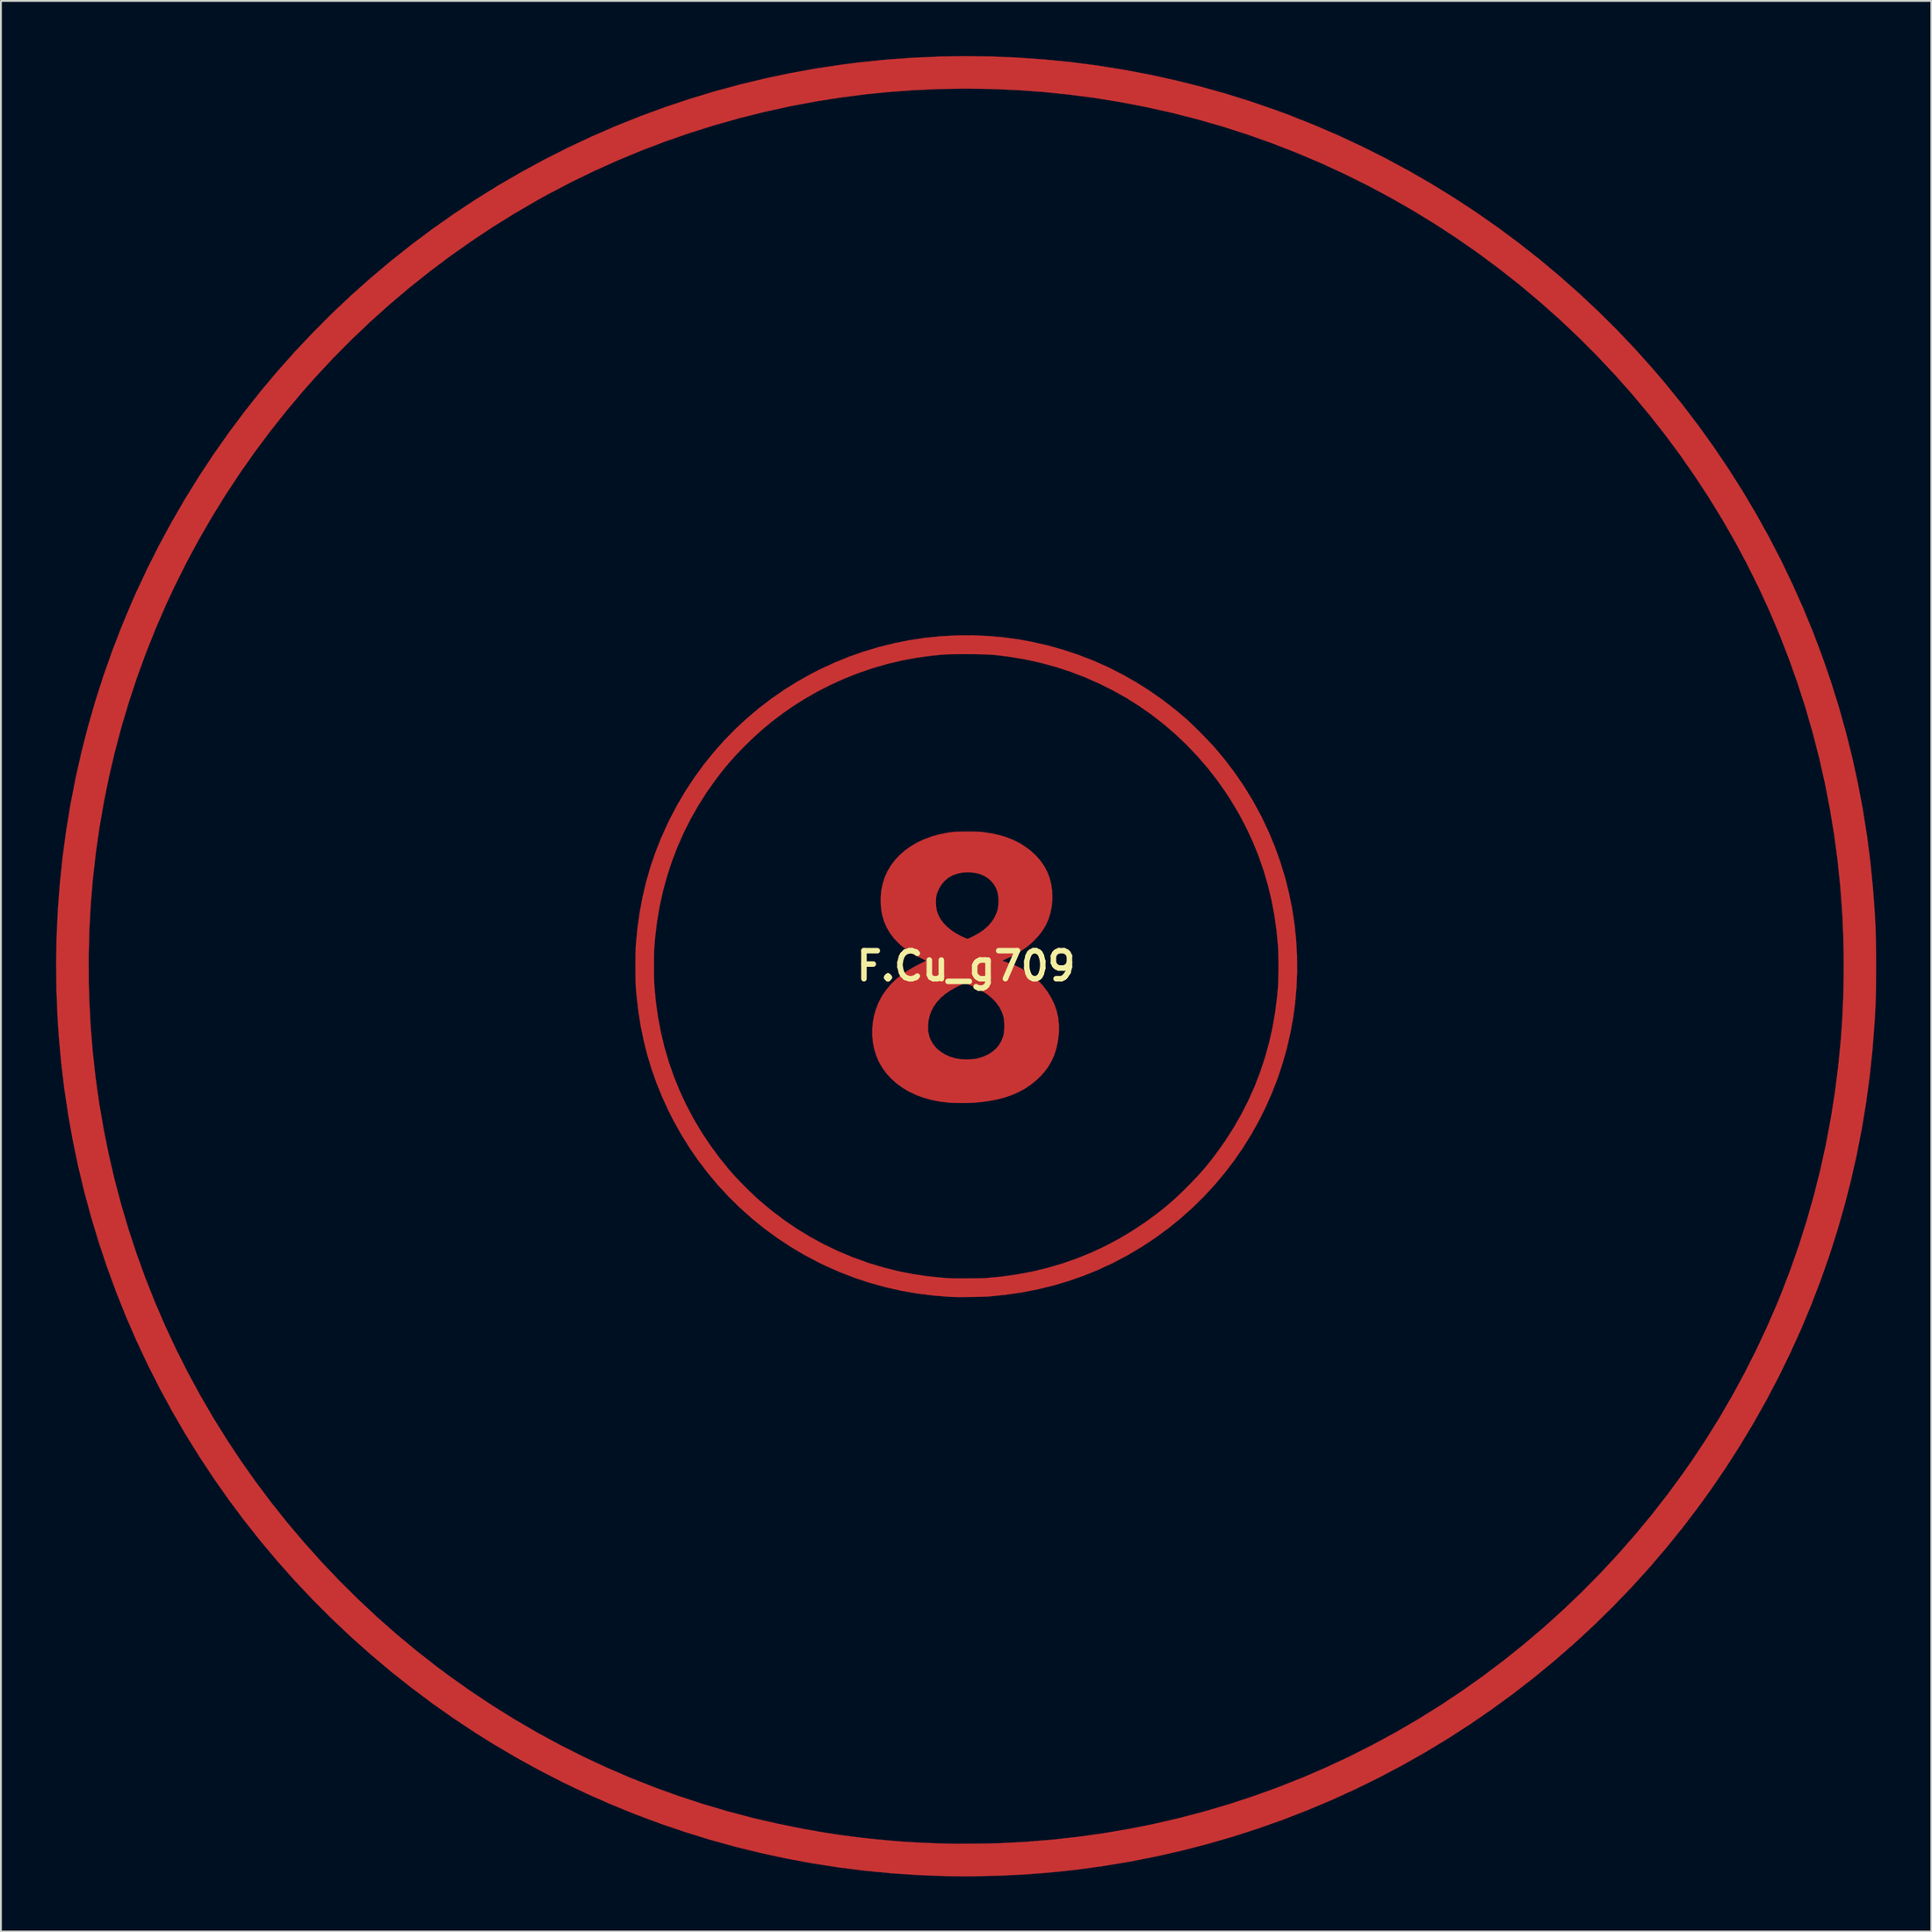
<source format=kicad_pcb>
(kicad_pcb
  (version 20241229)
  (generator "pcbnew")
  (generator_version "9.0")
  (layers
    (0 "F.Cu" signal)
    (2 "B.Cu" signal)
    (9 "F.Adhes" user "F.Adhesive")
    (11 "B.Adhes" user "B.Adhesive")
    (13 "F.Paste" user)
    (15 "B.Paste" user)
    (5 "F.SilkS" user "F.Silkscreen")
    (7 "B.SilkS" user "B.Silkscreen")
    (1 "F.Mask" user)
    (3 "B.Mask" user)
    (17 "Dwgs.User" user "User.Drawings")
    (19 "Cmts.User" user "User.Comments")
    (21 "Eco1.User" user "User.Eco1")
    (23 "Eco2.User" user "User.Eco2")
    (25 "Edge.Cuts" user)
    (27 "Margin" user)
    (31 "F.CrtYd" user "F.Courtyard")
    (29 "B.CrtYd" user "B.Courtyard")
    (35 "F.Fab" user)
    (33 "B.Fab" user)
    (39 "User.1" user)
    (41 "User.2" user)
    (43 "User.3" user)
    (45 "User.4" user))
  (footprint "F.Cu_g709"
    (layer "F.Cu")
    (at 49.491 49.492)
    (property "Reference" "F.Cu_g709" (at 0 0 0) (layer "F.SilkS") (effects (font (size 1.524 1.524) (thickness 0.3))))
    (attr through_hole)
    (fp_poly (pts (xy 0.224 -7.312) (xy 0.414 -7.31) (xy 0.591 -7.305) (xy 0.747 -7.298) (xy 0.872 -7.29) (xy 0.921 -7.285) (xy 1.379 -7.215) (xy 1.803 -7.122) (xy 2.198 -7.004) (xy 2.565 -6.859) (xy 2.907 -6.688) (xy 3.227 -6.488) (xy 3.524 -6.262) (xy 3.806 -6.002) (xy 4.049 -5.726) (xy 4.253 -5.433) (xy 4.418 -5.122) (xy 4.545 -4.795) (xy 4.633 -4.449) (xy 4.683 -4.086) (xy 4.695 -3.704) (xy 4.693 -3.63) (xy 4.661 -3.25) (xy 4.591 -2.89) (xy 4.485 -2.55) (xy 4.34 -2.228) (xy 4.157 -1.923) (xy 3.935 -1.634) (xy 3.678 -1.363) (xy 3.548 -1.242) (xy 3.429 -1.139) (xy 3.31 -1.044) (xy 3.178 -0.949) (xy 3.022 -0.844) (xy 3.014 -0.839) (xy 2.872 -0.752) (xy 2.706 -0.656) (xy 2.527 -0.559) (xy 2.35 -0.469) (xy 2.189 -0.393) (xy 2.132 -0.369) (xy 2.064 -0.337) (xy 2.015 -0.309) (xy 1.996 -0.291) (xy 1.996 -0.289) (xy 2.017 -0.275) (xy 2.07 -0.252) (xy 2.147 -0.224) (xy 2.213 -0.201) (xy 2.619 -0.052) (xy 2.99 0.12) (xy 3.329 0.316) (xy 3.639 0.538) (xy 3.921 0.788) (xy 4.18 1.068) (xy 4.416 1.379) (xy 4.448 1.426) (xy 4.651 1.762) (xy 4.812 2.106) (xy 4.933 2.457) (xy 5.012 2.819) (xy 5.051 3.192) (xy 5.05 3.579) (xy 5.039 3.736) (xy 4.987 4.136) (xy 4.905 4.507) (xy 4.792 4.852) (xy 4.647 5.175) (xy 4.469 5.478) (xy 4.256 5.763) (xy 4.084 5.956) (xy 3.801 6.227) (xy 3.499 6.469) (xy 3.175 6.683) (xy 2.828 6.869) (xy 2.454 7.028) (xy 2.054 7.161) (xy 1.624 7.269) (xy 1.163 7.353) (xy 0.669 7.412) (xy 0.466 7.429) (xy 0.33 7.437) (xy 0.165 7.443) (xy -0.02 7.446) (xy -0.214 7.447) (xy -0.409 7.446) (xy -0.595 7.443) (xy -0.762 7.438) (xy -0.901 7.431) (xy -0.953 7.427) (xy -1.43 7.368) (xy -1.886 7.278) (xy -2.318 7.157) (xy -2.724 7.006) (xy -3.105 6.825) (xy -3.458 6.616) (xy -3.782 6.38) (xy -4.075 6.115) (xy -4.338 5.825) (xy -4.56 5.519) (xy -4.737 5.209) (xy -4.878 4.88) (xy -4.985 4.535) (xy -5.057 4.178) (xy -5.095 3.813) (xy -5.098 3.444) (xy -5.083 3.273) (xy -2.069 3.273) (xy -2.057 3.544) (xy -2.006 3.798) (xy -1.917 4.034) (xy -1.79 4.252) (xy -1.624 4.452) (xy -1.585 4.491) (xy -1.375 4.666) (xy -1.138 4.813) (xy -0.877 4.931) (xy -0.6 5.016) (xy -0.31 5.067) (xy -0.206 5.076) (xy 0.004 5.083) (xy 0.219 5.077) (xy 0.424 5.059) (xy 0.607 5.03) (xy 0.67 5.016) (xy 0.955 4.926) (xy 1.211 4.808) (xy 1.438 4.663) (xy 1.634 4.49) (xy 1.797 4.293) (xy 1.927 4.072) (xy 2.021 3.828) (xy 2.035 3.778) (xy 2.061 3.648) (xy 2.077 3.49) (xy 2.085 3.315) (xy 2.083 3.136) (xy 2.072 2.966) (xy 2.052 2.817) (xy 2.036 2.741) (xy 1.942 2.473) (xy 1.809 2.22) (xy 1.636 1.981) (xy 1.425 1.758) (xy 1.176 1.551) (xy 0.889 1.36) (xy 0.565 1.185) (xy 0.204 1.027) (xy 0.202 1.027) (xy -0.051 0.927) (xy -0.168 0.975) (xy -0.239 1.005) (xy -0.332 1.048) (xy -0.434 1.097) (xy -0.492 1.125) (xy -0.823 1.308) (xy -1.115 1.505) (xy -1.368 1.719) (xy -1.581 1.948) (xy -1.756 2.194) (xy -1.893 2.456) (xy -1.99 2.735) (xy -2.043 2.985) (xy -2.069 3.273) (xy -5.083 3.273) (xy -5.067 3.075) (xy -5.001 2.71) (xy -4.9 2.353) (xy -4.765 2.008) (xy -4.596 1.68) (xy -4.503 1.529) (xy -4.293 1.237) (xy -4.058 0.966) (xy -3.794 0.713) (xy -3.5 0.475) (xy -3.172 0.251) (xy -2.807 0.037) (xy -2.545 -0.098) (xy -2.432 -0.155) (xy -2.333 -0.207) (xy -2.254 -0.249) (xy -2.201 -0.28) (xy -2.18 -0.295) (xy -2.18 -0.296) (xy -2.198 -0.314) (xy -2.241 -0.336) (xy -2.249 -0.339) (xy -2.339 -0.378) (xy -2.454 -0.433) (xy -2.585 -0.499) (xy -2.72 -0.569) (xy -2.85 -0.64) (xy -2.963 -0.704) (xy -3.046 -0.755) (xy -3.377 -0.991) (xy -3.669 -1.243) (xy -3.922 -1.512) (xy -4.137 -1.798) (xy -4.314 -2.102) (xy -4.453 -2.424) (xy -4.554 -2.763) (xy -4.595 -2.963) (xy -4.617 -3.137) (xy -4.631 -3.338) (xy -4.635 -3.478) (xy -1.638 -3.478) (xy -1.638 -3.471) (xy -1.631 -3.28) (xy -1.611 -3.115) (xy -1.575 -2.963) (xy -1.52 -2.809) (xy -1.511 -2.789) (xy -1.396 -2.567) (xy -1.241 -2.354) (xy -1.05 -2.151) (xy -0.824 -1.962) (xy -0.566 -1.787) (xy -0.28 -1.63) (xy -0.064 -1.532) (xy 0.005 -1.506) (xy 0.061 -1.488) (xy 0.086 -1.483) (xy 0.116 -1.491) (xy 0.176 -1.516) (xy 0.258 -1.553) (xy 0.355 -1.599) (xy 0.393 -1.617) (xy 0.699 -1.786) (xy 0.967 -1.97) (xy 1.196 -2.171) (xy 1.387 -2.388) (xy 1.541 -2.623) (xy 1.658 -2.876) (xy 1.718 -3.059) (xy 1.745 -3.2) (xy 1.762 -3.367) (xy 1.767 -3.548) (xy 1.76 -3.728) (xy 1.742 -3.892) (xy 1.718 -4.007) (xy 1.638 -4.233) (xy 1.525 -4.434) (xy 1.378 -4.614) (xy 1.365 -4.626) (xy 1.179 -4.787) (xy 0.974 -4.914) (xy 0.747 -5.007) (xy 0.496 -5.068) (xy 0.218 -5.098) (xy 0.077 -5.101) (xy -0.209 -5.082) (xy -0.474 -5.028) (xy -0.717 -4.94) (xy -0.938 -4.818) (xy -1.133 -4.663) (xy -1.302 -4.476) (xy -1.442 -4.259) (xy -1.472 -4.202) (xy -1.541 -4.052) (xy -1.589 -3.92) (xy -1.619 -3.789) (xy -1.634 -3.647) (xy -1.638 -3.478) (xy -4.635 -3.478) (xy -4.637 -3.553) (xy -4.633 -3.768) (xy -4.621 -3.968) (xy -4.604 -4.117) (xy -4.528 -4.487) (xy -4.414 -4.837) (xy -4.264 -5.169) (xy -4.075 -5.482) (xy -3.849 -5.777) (xy -3.584 -6.056) (xy -3.348 -6.263) (xy -3.024 -6.501) (xy -2.669 -6.71) (xy -2.286 -6.891) (xy -1.876 -7.043) (xy -1.442 -7.164) (xy -0.984 -7.254) (xy -0.762 -7.285) (xy -0.657 -7.295) (xy -0.517 -7.303) (xy -0.351 -7.308) (xy -0.167 -7.312) (xy 0.027 -7.313) (xy 0.224 -7.312)) (stroke (width 0.01) (type solid)) (fill yes) (layer "F.Cu"))
    (fp_poly (pts (xy 1.215 -17.95) (xy 2.074 -17.872) (xy 2.93 -17.752) (xy 3.598 -17.629) (xy 4.453 -17.433) (xy 5.292 -17.198) (xy 6.117 -16.923) (xy 6.925 -16.61) (xy 7.716 -16.258) (xy 8.49 -15.867) (xy 9.246 -15.439) (xy 9.982 -14.973) (xy 10.7 -14.47) (xy 11.397 -13.931) (xy 11.917 -13.492) (xy 12.04 -13.382) (xy 12.186 -13.245) (xy 12.349 -13.089) (xy 12.523 -12.919) (xy 12.704 -12.74) (xy 12.884 -12.558) (xy 13.059 -12.379) (xy 13.222 -12.209) (xy 13.369 -12.054) (xy 13.492 -11.918) (xy 13.537 -11.867) (xy 14.104 -11.186) (xy 14.633 -10.485) (xy 15.124 -9.765) (xy 15.578 -9.026) (xy 15.994 -8.267) (xy 16.104 -8.051) (xy 16.475 -7.262) (xy 16.807 -6.459) (xy 17.099 -5.643) (xy 17.351 -4.816) (xy 17.562 -3.98) (xy 17.733 -3.135) (xy 17.863 -2.283) (xy 17.953 -1.426) (xy 18.001 -0.564) (xy 18.008 0.3) (xy 17.973 1.166) (xy 17.896 2.031) (xy 17.8 2.751) (xy 17.647 3.607) (xy 17.454 4.449) (xy 17.222 5.278) (xy 16.952 6.092) (xy 16.644 6.889) (xy 16.3 7.669) (xy 15.92 8.43) (xy 15.505 9.171) (xy 15.056 9.892) (xy 14.573 10.59) (xy 14.057 11.265) (xy 13.51 11.915) (xy 12.932 12.54) (xy 12.323 13.139) (xy 11.685 13.709) (xy 11.018 14.251) (xy 10.324 14.762) (xy 9.602 15.242) (xy 8.855 15.689) (xy 8.742 15.753) (xy 7.977 16.155) (xy 7.196 16.518) (xy 6.398 16.842) (xy 5.583 17.127) (xy 4.752 17.374) (xy 3.904 17.581) (xy 3.039 17.749) (xy 2.158 17.879) (xy 1.26 17.97) (xy 1.249 17.97) (xy 1.13 17.978) (xy 0.977 17.984) (xy 0.795 17.99) (xy 0.593 17.995) (xy 0.377 17.998) (xy 0.155 18.001) (xy -0.066 18.002) (xy -0.28 18.003) (xy -0.477 18.002) (xy -0.653 17.999) (xy -0.799 17.995) (xy -0.878 17.992) (xy -1.77 17.921) (xy -2.648 17.811) (xy -3.511 17.661) (xy -4.361 17.47) (xy -5.198 17.24) (xy -6.021 16.97) (xy -6.832 16.659) (xy -7.63 16.308) (xy -8.051 16.104) (xy -8.818 15.697) (xy -9.562 15.255) (xy -10.281 14.778) (xy -10.976 14.269) (xy -11.644 13.728) (xy -12.286 13.155) (xy -12.899 12.554) (xy -13.483 11.923) (xy -14.036 11.265) (xy -14.558 10.58) (xy -15.047 9.87) (xy -15.503 9.135) (xy -15.924 8.377) (xy -16.163 7.906) (xy -16.51 7.152) (xy -16.82 6.395) (xy -17.092 5.63) (xy -17.327 4.855) (xy -17.527 4.066) (xy -17.692 3.261) (xy -17.823 2.435) (xy -17.92 1.586) (xy -17.953 1.206) (xy -17.961 1.077) (xy -17.967 0.912) (xy -17.972 0.719) (xy -17.976 0.504) (xy -17.978 0.274) (xy -17.979 0.036) (xy -17.979 -0.098) (xy -16.974 -0.098) (xy -16.974 0.13) (xy -16.973 0.354) (xy -16.97 0.565) (xy -16.966 0.758) (xy -16.96 0.923) (xy -16.954 1.048) (xy -16.876 1.91) (xy -16.758 2.76) (xy -16.6 3.596) (xy -16.402 4.418) (xy -16.165 5.226) (xy -15.888 6.019) (xy -15.572 6.796) (xy -15.217 7.558) (xy -14.823 8.302) (xy -14.392 9.029) (xy -13.922 9.738) (xy -13.414 10.428) (xy -12.868 11.1) (xy -12.72 11.271) (xy -12.597 11.408) (xy -12.449 11.566) (xy -12.282 11.739) (xy -12.103 11.921) (xy -11.918 12.106) (xy -11.732 12.288) (xy -11.554 12.459) (xy -11.388 12.614) (xy -11.242 12.746) (xy -11.218 12.767) (xy -10.558 13.318) (xy -9.878 13.83) (xy -9.179 14.306) (xy -8.459 14.743) (xy -7.719 15.144) (xy -6.959 15.508) (xy -6.177 15.836) (xy -5.374 16.127) (xy -5.249 16.168) (xy -4.484 16.399) (xy -3.704 16.593) (xy -2.918 16.75) (xy -2.129 16.869) (xy -1.346 16.949) (xy -1.281 16.954) (xy -1.163 16.962) (xy -1.054 16.97) (xy -0.964 16.977) (xy -0.903 16.982) (xy -0.889 16.983) (xy -0.826 16.987) (xy -0.726 16.99) (xy -0.597 16.992) (xy -0.443 16.993) (xy -0.272 16.993) (xy -0.089 16.993) (xy 0.101 16.993) (xy 0.289 16.991) (xy 0.472 16.989) (xy 0.642 16.987) (xy 0.793 16.984) (xy 0.919 16.98) (xy 1.015 16.976) (xy 1.041 16.975) (xy 1.908 16.896) (xy 2.761 16.777) (xy 3.599 16.619) (xy 4.422 16.422) (xy 5.23 16.185) (xy 6.022 15.909) (xy 6.798 15.594) (xy 7.558 15.24) (xy 8.301 14.847) (xy 9.027 14.415) (xy 9.736 13.945) (xy 10.212 13.6) (xy 10.513 13.371) (xy 10.79 13.15) (xy 11.054 12.93) (xy 11.312 12.703) (xy 11.573 12.462) (xy 11.846 12.199) (xy 12.023 12.023) (xy 12.303 11.738) (xy 12.557 11.471) (xy 12.792 11.212) (xy 13.016 10.953) (xy 13.235 10.685) (xy 13.458 10.4) (xy 13.599 10.213) (xy 14.096 9.515) (xy 14.554 8.8) (xy 14.974 8.068) (xy 15.355 7.318) (xy 15.697 6.552) (xy 16 5.769) (xy 16.264 4.972) (xy 16.489 4.159) (xy 16.674 3.331) (xy 16.82 2.489) (xy 16.926 1.633) (xy 16.975 1.041) (xy 16.982 0.904) (xy 16.988 0.732) (xy 16.992 0.534) (xy 16.995 0.317) (xy 16.996 0.09) (xy 16.996 -0.14) (xy 16.994 -0.365) (xy 16.991 -0.577) (xy 16.986 -0.767) (xy 16.98 -0.929) (xy 16.975 -1.02) (xy 16.897 -1.886) (xy 16.778 -2.737) (xy 16.62 -3.575) (xy 16.423 -4.397) (xy 16.185 -5.205) (xy 15.909 -5.998) (xy 15.593 -6.776) (xy 15.237 -7.538) (xy 14.843 -8.284) (xy 14.409 -9.014) (xy 14.154 -9.409) (xy 13.67 -10.097) (xy 13.152 -10.762) (xy 12.601 -11.401) (xy 12.018 -12.014) (xy 11.406 -12.597) (xy 10.765 -13.15) (xy 10.763 -13.151) (xy 10.109 -13.661) (xy 9.429 -14.137) (xy 8.726 -14.58) (xy 8 -14.988) (xy 7.255 -15.361) (xy 6.492 -15.697) (xy 5.714 -15.997) (xy 4.921 -16.257) (xy 4.117 -16.479) (xy 3.303 -16.662) (xy 2.481 -16.803) (xy 2.466 -16.805) (xy 2.22 -16.84) (xy 1.998 -16.87) (xy 1.794 -16.894) (xy 1.6 -16.914) (xy 1.411 -16.93) (xy 1.218 -16.942) (xy 1.016 -16.951) (xy 0.798 -16.957) (xy 0.556 -16.961) (xy 0.284 -16.963) (xy 0.042 -16.964) (xy -0.211 -16.964) (xy -0.429 -16.964) (xy -0.617 -16.962) (xy -0.781 -16.96) (xy -0.928 -16.956) (xy -1.064 -16.95) (xy -1.195 -16.943) (xy -1.327 -16.933) (xy -1.467 -16.92) (xy -1.621 -16.905) (xy -1.796 -16.887) (xy -1.873 -16.879) (xy -2.686 -16.77) (xy -3.495 -16.62) (xy -4.298 -16.429) (xy -5.093 -16.198) (xy -5.878 -15.929) (xy -6.65 -15.621) (xy -7.408 -15.276) (xy -8.148 -14.895) (xy -8.868 -14.479) (xy -9.44 -14.113) (xy -10.004 -13.719) (xy -10.54 -13.313) (xy -11.057 -12.885) (xy -11.564 -12.428) (xy -12.013 -11.993) (xy -12.312 -11.688) (xy -12.584 -11.398) (xy -12.838 -11.114) (xy -13.082 -10.827) (xy -13.324 -10.526) (xy -13.572 -10.202) (xy -13.611 -10.149) (xy -14.102 -9.458) (xy -14.555 -8.746) (xy -14.971 -8.015) (xy -15.349 -7.266) (xy -15.689 -6.499) (xy -15.99 -5.717) (xy -16.252 -4.919) (xy -16.476 -4.106) (xy -16.66 -3.28) (xy -16.804 -2.441) (xy -16.908 -1.59) (xy -16.954 -1.027) (xy -16.961 -0.895) (xy -16.966 -0.728) (xy -16.97 -0.534) (xy -16.973 -0.322) (xy -16.974 -0.098) (xy -17.979 -0.098) (xy -17.978 -0.202) (xy -17.976 -0.435) (xy -17.973 -0.655) (xy -17.968 -0.854) (xy -17.962 -1.028) (xy -17.955 -1.167) (xy -17.953 -1.196) (xy -17.867 -2.069) (xy -17.747 -2.921) (xy -17.591 -3.752) (xy -17.399 -4.566) (xy -17.17 -5.365) (xy -16.903 -6.151) (xy -16.598 -6.927) (xy -16.253 -7.696) (xy -16.095 -8.02) (xy -15.688 -8.791) (xy -15.245 -9.538) (xy -14.769 -10.26) (xy -14.26 -10.957) (xy -13.72 -11.627) (xy -13.149 -12.27) (xy -12.548 -12.885) (xy -11.918 -13.47) (xy -11.261 -14.024) (xy -10.577 -14.547) (xy -9.867 -15.037) (xy -9.133 -15.493) (xy -8.375 -15.915) (xy -7.98 -16.117) (xy -7.19 -16.484) (xy -6.387 -16.812) (xy -5.571 -17.1) (xy -4.745 -17.348) (xy -3.91 -17.556) (xy -3.066 -17.723) (xy -2.217 -17.851) (xy -1.362 -17.937) (xy -0.504 -17.983) (xy 0.355 -17.987) (xy 1.215 -17.95)) (stroke (width 0.01) (type solid)) (fill yes) (layer "F.Cu"))
    (fp_poly (pts (xy 1.404 -49.467) (xy 2.842 -49.407) (xy 4.275 -49.305) (xy 5.703 -49.163) (xy 7.126 -48.979) (xy 8.542 -48.754) (xy 9.95 -48.489) (xy 11.349 -48.183) (xy 12.739 -47.836) (xy 14.119 -47.449) (xy 15.487 -47.021) (xy 16.842 -46.554) (xy 17.576 -46.282) (xy 18.912 -45.752) (xy 20.231 -45.184) (xy 21.532 -44.577) (xy 22.814 -43.934) (xy 24.076 -43.254) (xy 25.318 -42.538) (xy 26.538 -41.786) (xy 27.736 -41) (xy 28.911 -40.179) (xy 30.062 -39.325) (xy 31.188 -38.438) (xy 32.289 -37.518) (xy 33.363 -36.566) (xy 34.41 -35.584) (xy 35.429 -34.57) (xy 36.418 -33.527) (xy 37.378 -32.454) (xy 38.049 -31.665) (xy 38.962 -30.537) (xy 39.838 -29.386) (xy 40.679 -28.213) (xy 41.484 -27.02) (xy 42.251 -25.806) (xy 42.982 -24.573) (xy 43.676 -23.322) (xy 44.333 -22.052) (xy 44.951 -20.765) (xy 45.532 -19.462) (xy 46.074 -18.143) (xy 46.578 -16.808) (xy 47.043 -15.46) (xy 47.468 -14.098) (xy 47.854 -12.723) (xy 48.201 -11.335) (xy 48.507 -9.936) (xy 48.773 -8.527) (xy 48.999 -7.107) (xy 49.183 -5.679) (xy 49.327 -4.241) (xy 49.412 -3.069) (xy 49.43 -2.78) (xy 49.445 -2.514) (xy 49.457 -2.265) (xy 49.468 -2.027) (xy 49.476 -1.792) (xy 49.483 -1.555) (xy 49.488 -1.31) (xy 49.492 -1.05) (xy 49.495 -0.769) (xy 49.496 -0.46) (xy 49.497 -0.117) (xy 49.497 0.011) (xy 49.496 0.366) (xy 49.495 0.686) (xy 49.493 0.976) (xy 49.49 1.243) (xy 49.485 1.493) (xy 49.479 1.732) (xy 49.471 1.966) (xy 49.461 2.203) (xy 49.449 2.448) (xy 49.435 2.707) (xy 49.419 2.987) (xy 49.412 3.09) (xy 49.303 4.535) (xy 49.151 5.971) (xy 48.959 7.4) (xy 48.725 8.819) (xy 48.451 10.228) (xy 48.137 11.626) (xy 47.782 13.013) (xy 47.387 14.388) (xy 46.953 15.75) (xy 46.479 17.099) (xy 45.966 18.433) (xy 45.415 19.753) (xy 44.824 21.057) (xy 44.196 22.344) (xy 43.529 23.615) (xy 42.824 24.867) (xy 42.082 26.101) (xy 41.302 27.316) (xy 40.486 28.51) (xy 39.89 29.337) (xy 39.018 30.488) (xy 38.112 31.612) (xy 37.174 32.708) (xy 36.205 33.777) (xy 35.205 34.818) (xy 34.176 35.829) (xy 33.117 36.81) (xy 32.03 37.76) (xy 30.915 38.679) (xy 29.773 39.565) (xy 28.605 40.419) (xy 27.432 41.226) (xy 26.218 42.01) (xy 24.985 42.757) (xy 23.732 43.466) (xy 22.462 44.137) (xy 21.174 44.77) (xy 19.869 45.365) (xy 18.548 45.921) (xy 17.212 46.438) (xy 15.862 46.916) (xy 14.498 47.355) (xy 13.12 47.753) (xy 11.731 48.112) (xy 10.33 48.43) (xy 8.919 48.708) (xy 7.497 48.945) (xy 6.066 49.141) (xy 5.059 49.253) (xy 4.074 49.342) (xy 3.063 49.413) (xy 2.037 49.464) (xy 1.01 49.496) (xy -0.008 49.507) (xy -1.003 49.499) (xy -1.185 49.495) (xy -2.632 49.439) (xy -4.073 49.342) (xy -5.507 49.203) (xy -6.934 49.024) (xy -8.353 48.803) (xy -9.763 48.542) (xy -11.163 48.24) (xy -12.553 47.898) (xy -13.931 47.516) (xy -15.297 47.094) (xy -16.651 46.633) (xy -17.99 46.133) (xy -19.315 45.593) (xy -20.624 45.015) (xy -21.918 44.399) (xy -23.194 43.744) (xy -24.453 43.052) (xy -25.693 42.321) (xy -26.607 41.751) (xy -27.814 40.954) (xy -28.997 40.123) (xy -30.154 39.258) (xy -31.286 38.361) (xy -32.39 37.431) (xy -33.467 36.471) (xy -34.516 35.479) (xy -35.535 34.458) (xy -36.525 33.408) (xy -37.484 32.329) (xy -38.411 31.222) (xy -39.306 30.089) (xy -40.072 29.062) (xy -40.904 27.879) (xy -41.699 26.676) (xy -42.458 25.453) (xy -43.179 24.21) (xy -43.863 22.949) (xy -44.509 21.671) (xy -45.117 20.375) (xy -45.687 19.064) (xy -46.218 17.737) (xy -46.71 16.395) (xy -47.163 15.04) (xy -47.577 13.672) (xy -47.951 12.292) (xy -48.285 10.9) (xy -48.578 9.497) (xy -48.831 8.085) (xy -49.043 6.664) (xy -49.214 5.235) (xy -49.344 3.798) (xy -49.413 2.72) (xy -49.47 1.264) (xy -49.486 -0.189) (xy -49.48 -0.506) (xy -47.719 -0.506) (xy -47.713 0.922) (xy -47.687 1.841) (xy -47.613 3.266) (xy -47.497 4.683) (xy -47.341 6.091) (xy -47.143 7.491) (xy -46.904 8.881) (xy -46.625 10.261) (xy -46.306 11.63) (xy -45.947 12.987) (xy -45.548 14.331) (xy -45.109 15.662) (xy -44.632 16.98) (xy -44.115 18.283) (xy -43.559 19.571) (xy -42.965 20.843) (xy -42.332 22.098) (xy -41.661 23.335) (xy -40.953 24.555) (xy -40.206 25.756) (xy -39.468 26.871) (xy -38.653 28.028) (xy -37.804 29.161) (xy -36.921 30.269) (xy -36.006 31.35) (xy -35.061 32.405) (xy -34.085 33.432) (xy -33.08 34.429) (xy -32.048 35.396) (xy -30.989 36.331) (xy -29.904 37.233) (xy -28.794 38.102) (xy -28.1 38.618) (xy -26.938 39.441) (xy -25.757 40.226) (xy -24.556 40.974) (xy -23.337 41.684) (xy -22.1 42.355) (xy -20.845 42.989) (xy -19.574 43.584) (xy -18.285 44.14) (xy -16.981 44.657) (xy -15.66 45.135) (xy -14.325 45.574) (xy -12.975 45.973) (xy -11.611 46.333) (xy -10.233 46.652) (xy -8.841 46.932) (xy -8.033 47.075) (xy -7.568 47.151) (xy -7.12 47.22) (xy -6.682 47.284) (xy -6.247 47.342) (xy -5.808 47.397) (xy -5.356 47.448) (xy -4.886 47.497) (xy -4.39 47.544) (xy -3.861 47.59) (xy -3.715 47.603) (xy -3.502 47.619) (xy -3.253 47.636) (xy -2.976 47.652) (xy -2.676 47.668) (xy -2.361 47.684) (xy -2.038 47.698) (xy -1.712 47.711) (xy -1.392 47.723) (xy -1.083 47.733) (xy -0.815 47.739) (xy -0.684 47.741) (xy -0.517 47.742) (xy -0.32 47.742) (xy -0.1 47.741) (xy 0.137 47.74) (xy 0.385 47.737) (xy 0.637 47.734) (xy 0.888 47.731) (xy 1.13 47.727) (xy 1.357 47.722) (xy 1.564 47.717) (xy 1.743 47.712) (xy 1.841 47.709) (xy 3.273 47.634) (xy 4.695 47.518) (xy 6.108 47.361) (xy 7.512 47.163) (xy 8.905 46.925) (xy 10.286 46.647) (xy 11.656 46.328) (xy 13.014 45.969) (xy 14.359 45.571) (xy 15.691 45.132) (xy 17.008 44.655) (xy 18.312 44.138) (xy 19.599 43.581) (xy 20.872 42.986) (xy 22.127 42.352) (xy 23.366 41.68) (xy 24.588 40.969) (xy 24.596 40.964) (xy 25.791 40.219) (xy 26.965 39.438) (xy 28.115 38.623) (xy 29.242 37.773) (xy 30.345 36.889) (xy 31.422 35.974) (xy 32.472 35.026) (xy 33.495 34.049) (xy 34.489 33.041) (xy 35.454 32.005) (xy 36.389 30.94) (xy 37.293 29.849) (xy 38.165 28.731) (xy 39.003 27.588) (xy 39.511 26.86) (xy 40.268 25.716) (xy 40.995 24.543) (xy 41.69 23.347) (xy 42.35 22.128) (xy 42.975 20.891) (xy 43.562 19.639) (xy 44.111 18.375) (xy 44.346 17.798) (xy 44.851 16.48) (xy 45.315 15.15) (xy 45.739 13.806) (xy 46.123 12.449) (xy 46.467 11.081) (xy 46.77 9.7) (xy 47.033 8.309) (xy 47.254 6.908) (xy 47.435 5.496) (xy 47.575 4.074) (xy 47.592 3.863) (xy 47.664 2.791) (xy 47.713 1.693) (xy 47.737 0.582) (xy 47.738 -0.535) (xy 47.714 -1.645) (xy 47.666 -2.739) (xy 47.656 -2.921) (xy 47.551 -4.341) (xy 47.404 -5.754) (xy 47.216 -7.16) (xy 46.986 -8.557) (xy 46.715 -9.946) (xy 46.403 -11.325) (xy 46.051 -12.694) (xy 45.658 -14.052) (xy 45.224 -15.399) (xy 44.761 -16.702) (xy 44.253 -18.009) (xy 43.706 -19.299) (xy 43.121 -20.57) (xy 42.499 -21.824) (xy 41.84 -23.058) (xy 41.144 -24.273) (xy 40.413 -25.466) (xy 39.646 -26.638) (xy 38.845 -27.788) (xy 38.009 -28.915) (xy 37.14 -30.018) (xy 36.238 -31.096) (xy 35.303 -32.15) (xy 34.337 -33.177) (xy 33.339 -34.177) (xy 32.31 -35.15) (xy 31.25 -36.094) (xy 30.161 -37.009) (xy 30.078 -37.077) (xy 28.966 -37.952) (xy 27.831 -38.794) (xy 26.671 -39.6) (xy 25.49 -40.371) (xy 24.287 -41.107) (xy 23.064 -41.807) (xy 21.821 -42.469) (xy 20.559 -43.095) (xy 19.281 -43.682) (xy 17.985 -44.231) (xy 16.674 -44.742) (xy 15.349 -45.213) (xy 14.009 -45.644) (xy 13.875 -45.685) (xy 12.52 -46.072) (xy 11.154 -46.419) (xy 9.778 -46.725) (xy 8.392 -46.991) (xy 6.999 -47.216) (xy 5.598 -47.399) (xy 4.192 -47.542) (xy 2.781 -47.643) (xy 1.367 -47.704) (xy -0.05 -47.723) (xy -1.468 -47.7) (xy -2.887 -47.636) (xy -4.304 -47.53) (xy -5.376 -47.423) (xy -6.777 -47.245) (xy -8.171 -47.026) (xy -9.556 -46.765) (xy -10.932 -46.465) (xy -12.298 -46.123) (xy -13.652 -45.742) (xy -14.994 -45.321) (xy -16.323 -44.861) (xy -17.637 -44.362) (xy -18.935 -43.824) (xy -20.217 -43.248) (xy -21.481 -42.634) (xy -22.726 -41.982) (xy -23.315 -41.657) (xy -24.534 -40.948) (xy -25.732 -40.204) (xy -26.908 -39.423) (xy -28.062 -38.609) (xy -29.191 -37.761) (xy -30.295 -36.88) (xy -31.373 -35.968) (xy -32.423 -35.025) (xy -33.443 -34.053) (xy -34.434 -33.052) (xy -35.392 -32.024) (xy -36.039 -31.295) (xy -36.956 -30.206) (xy -37.839 -29.093) (xy -38.688 -27.957) (xy -39.502 -26.798) (xy -40.281 -25.617) (xy -41.023 -24.415) (xy -41.728 -23.194) (xy -42.396 -21.954) (xy -43.026 -20.696) (xy -43.508 -19.664) (xy -44.07 -18.37) (xy -44.593 -17.061) (xy -45.076 -15.739) (xy -45.519 -14.404) (xy -45.922 -13.057) (xy -46.284 -11.698) (xy -46.607 -10.328) (xy -46.888 -8.949) (xy -47.129 -7.56) (xy -47.33 -6.163) (xy -47.489 -4.758) (xy -47.607 -3.347) (xy -47.684 -1.929) (xy -47.719 -0.506) (xy -49.48 -0.506) (xy -49.459 -1.638) (xy -49.391 -3.081) (xy -49.282 -4.519) (xy -49.131 -5.951) (xy -48.939 -7.375) (xy -48.706 -8.792) (xy -48.432 -10.201) (xy -48.117 -11.6) (xy -47.762 -12.99) (xy -47.366 -14.369) (xy -46.929 -15.737) (xy -46.452 -17.093) (xy -45.935 -18.437) (xy -45.378 -19.767) (xy -45.143 -20.299) (xy -44.533 -21.602) (xy -43.886 -22.886) (xy -43.202 -24.149) (xy -42.483 -25.39) (xy -41.728 -26.61) (xy -40.938 -27.807) (xy -40.114 -28.981) (xy -39.257 -30.13) (xy -38.367 -31.254) (xy -37.444 -32.352) (xy -36.49 -33.424) (xy -35.504 -34.468) (xy -34.489 -35.485) (xy -33.443 -36.473) (xy -32.368 -37.431) (xy -31.265 -38.358) (xy -30.133 -39.255) (xy -29.039 -40.073) (xy -27.862 -40.902) (xy -26.662 -41.696) (xy -25.441 -42.453) (xy -24.201 -43.173) (xy -22.941 -43.857) (xy -21.663 -44.503) (xy -20.368 -45.111) (xy -19.056 -45.681) (xy -17.728 -46.213) (xy -16.386 -46.706) (xy -15.03 -47.16) (xy -13.661 -47.574) (xy -12.279 -47.949) (xy -10.887 -48.283) (xy -9.484 -48.577) (xy -8.071 -48.83) (xy -6.65 -49.042) (xy -5.81 -49.147) (xy -4.367 -49.295) (xy -2.923 -49.4) (xy -1.479 -49.464) (xy -0.036 -49.487) (xy 1.404 -49.467)) (stroke (width 0.01) (type solid)) (fill yes) (layer "F.Cu")))
  (gr_rect
    (start -3 -3)
    (end 101.993 102.004)
    (stroke (width 0.1) (type default))
    (fill no)
    (layer "Edge.Cuts")))
</source>
